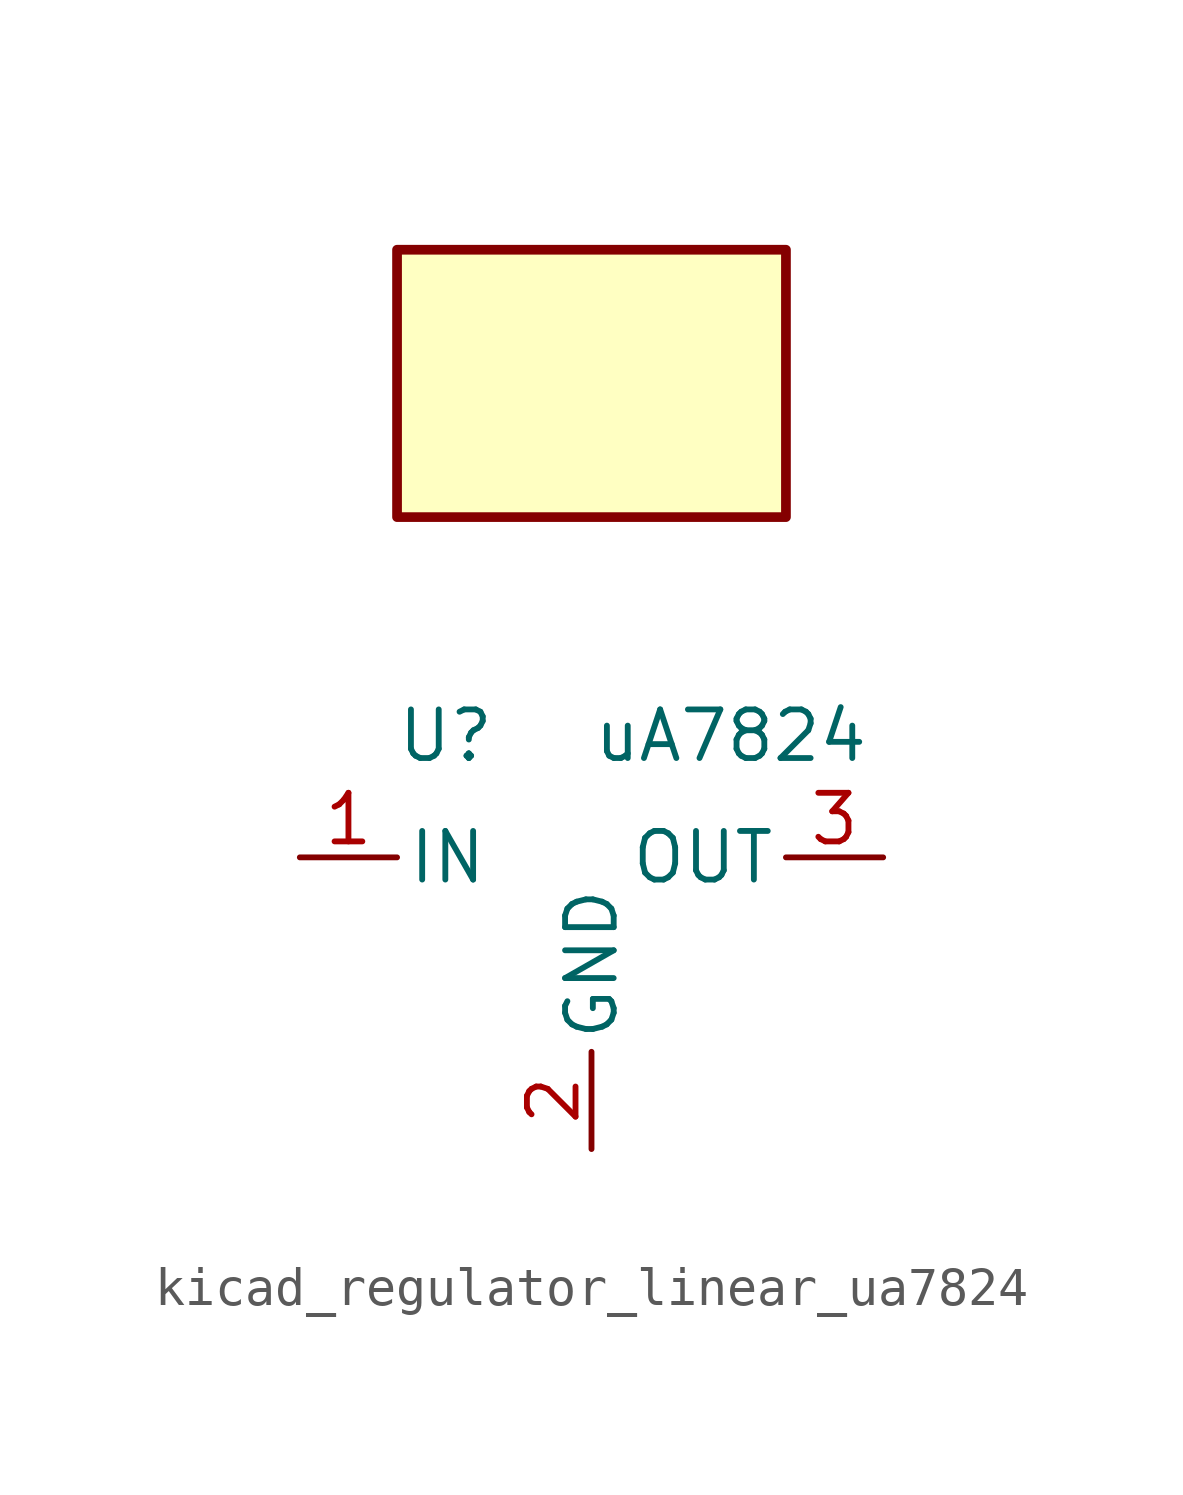
<source format=kicad_sym>
(kicad_symbol_lib
  (version 20220914)
  (generator kicad_symbol_editor)
  (symbol "kicad_regulator_linear_ua7824"
    (pin_names
      (offset 0.254))
    (property "Reference" "U"
      (at -3.81 3.175 0)
      (effects (font (size 1.27 1.27))))
    (property "Value" "uA7824"
      (at 0 3.175 0)
      (effects (font (size 1.27 1.27)) (justify left)))
    (symbol "kicad_regulator_linear_ua7824_0_1"
      (rectangle (start 5.08 15.875) (end -5.08 8.89) (stroke (width 0.254) (type default)) (fill (type background))))
    (symbol "kicad_regulator_linear_ua7824_1_1"
      (pin power_in line (at -7.62 0 0) (length 2.54) (name "IN" (effects (font (size 1.27 1.27)))) (number "1" (effects (font (size 1.27 1.27)))))
      (pin power_in line (at 0 -7.62 90) (length 2.54) (name "GND" (effects (font (size 1.27 1.27)))) (number "2" (effects (font (size 1.27 1.27)))))
      (pin power_out line (at 7.62 0 180) (length 2.54) (name "OUT" (effects (font (size 1.27 1.27)))) (number "3" (effects (font (size 1.27 1.27))))))))
</source>
